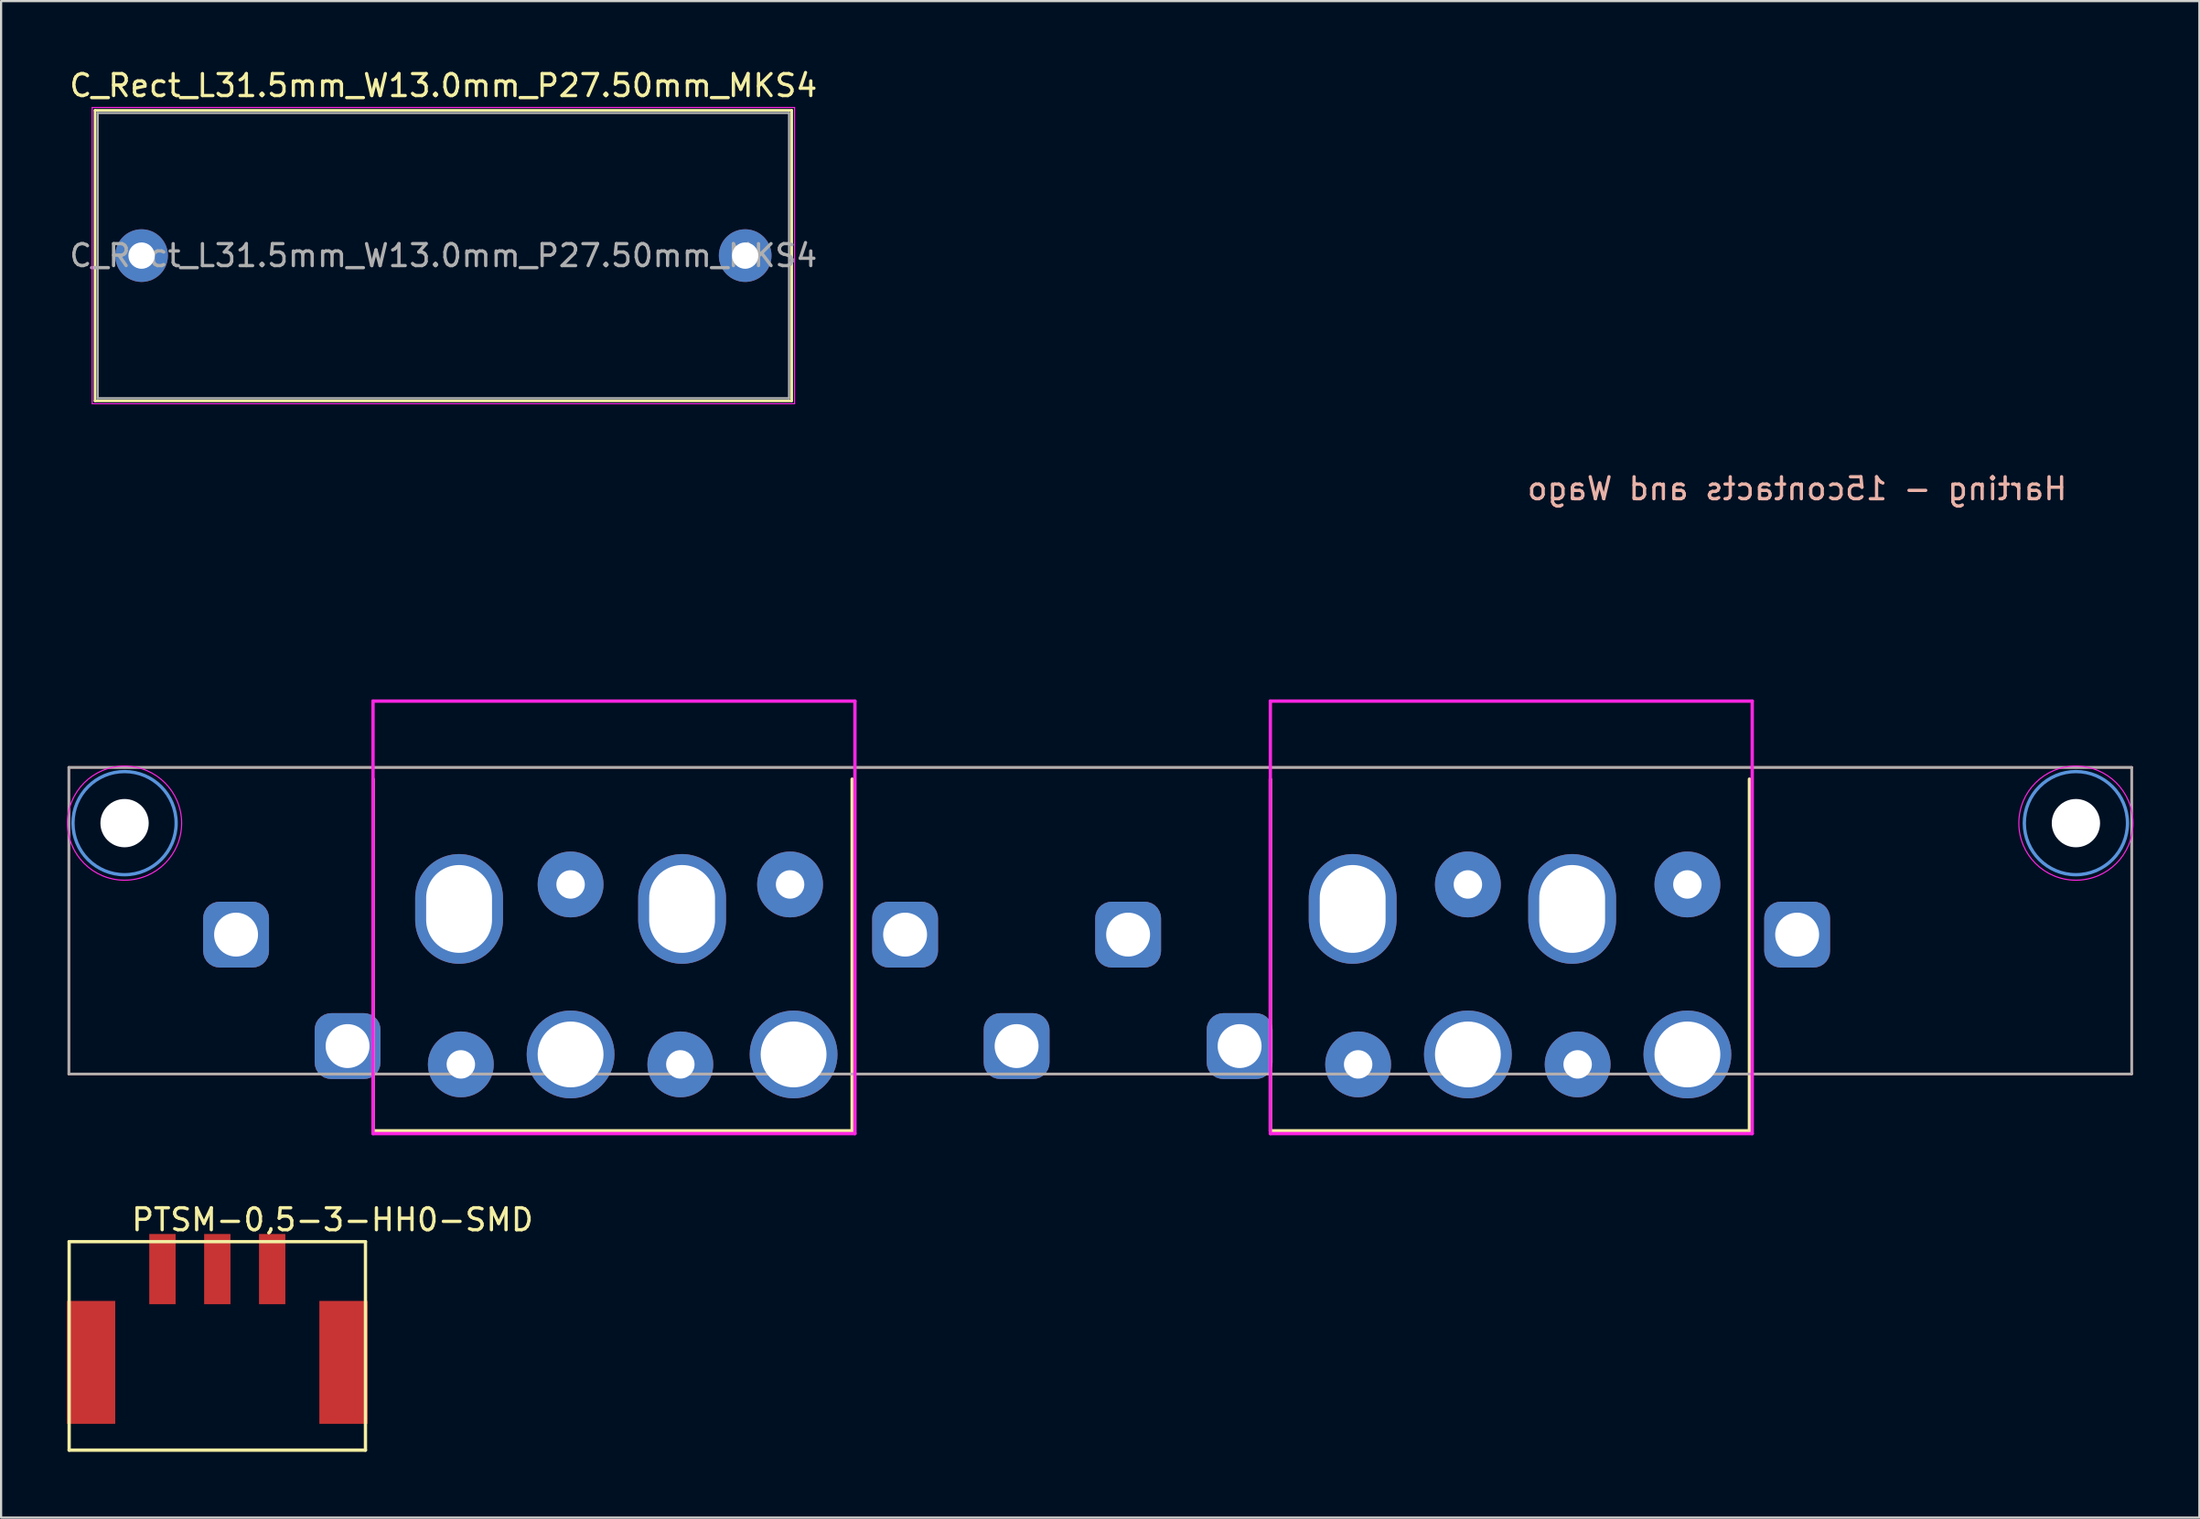
<source format=kicad_pcb>
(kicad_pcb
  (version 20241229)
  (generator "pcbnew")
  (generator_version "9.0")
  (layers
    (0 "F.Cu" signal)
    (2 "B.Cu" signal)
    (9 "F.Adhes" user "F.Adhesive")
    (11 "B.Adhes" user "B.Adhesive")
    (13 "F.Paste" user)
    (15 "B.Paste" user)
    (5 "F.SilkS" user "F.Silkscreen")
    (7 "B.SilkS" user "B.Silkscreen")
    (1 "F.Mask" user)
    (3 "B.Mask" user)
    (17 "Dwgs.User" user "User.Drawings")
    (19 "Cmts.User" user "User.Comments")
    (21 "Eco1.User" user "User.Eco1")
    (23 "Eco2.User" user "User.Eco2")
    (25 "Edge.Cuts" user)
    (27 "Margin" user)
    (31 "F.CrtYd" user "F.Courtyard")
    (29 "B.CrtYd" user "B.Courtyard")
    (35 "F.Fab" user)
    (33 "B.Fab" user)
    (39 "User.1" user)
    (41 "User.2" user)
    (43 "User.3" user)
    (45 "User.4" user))
  (footprint "Harting - 15contacts and Wago"
    (layer "F.Cu")
    (at 78.825 39.541)
    (property "Reference" "Harting - 15contacts and Wago" (at 0 -20.32 0) (unlocked yes) (layer "B.SilkS") (effects (font (size 1 1) (thickness 0.15)) (justify mirror)))
    (attr through_hole)
    (fp_line (start -64.88 -7.086) (end -64.88 8.941) (stroke (width 0.152) (type solid)) (layer "F.SilkS"))
    (fp_line (start -64.88 8.941) (end -43.053 8.941) (stroke (width 0.152) (type solid)) (layer "F.SilkS"))
    (fp_line (start -43.053 8.941) (end -43.053 -7.086) (stroke (width 0.152) (type solid)) (layer "F.SilkS"))
    (fp_line (start -24 -7.086) (end -24 8.941) (stroke (width 0.152) (type solid)) (layer "F.SilkS"))
    (fp_line (start -24 8.941) (end -2.173 8.941) (stroke (width 0.152) (type solid)) (layer "F.SilkS"))
    (fp_line (start -2.173 8.941) (end -2.173 -7.086) (stroke (width 0.152) (type solid)) (layer "F.SilkS"))
    (fp_line (start -78.74 -7.62) (end 15.24 -7.62) (stroke (width 0.12) (type default)) (layer "B.SilkS"))
    (fp_line (start -78.74 6.35) (end -78.74 -7.62) (stroke (width 0.12) (type default)) (layer "B.SilkS"))
    (fp_line (start 15.24 -7.62) (end 15.24 6.35) (stroke (width 0.12) (type default)) (layer "B.SilkS"))
    (fp_line (start 15.24 6.35) (end -78.74 6.35) (stroke (width 0.12) (type default)) (layer "B.SilkS"))
    (fp_circle (center -76.2 -5.08) (end -73.85 -5.08) (stroke (width 0.15) (type solid)) (fill no) (layer "Cmts.User"))
    (fp_circle (center 12.7 -5.08) (end 15.05 -5.08) (stroke (width 0.15) (type solid)) (fill no) (layer "Cmts.User"))
    (fp_line (start -64.88 -10.642) (end -64.88 9.068) (stroke (width 0.152) (type solid)) (layer "F.CrtYd"))
    (fp_line (start -64.88 9.068) (end -42.926 9.068) (stroke (width 0.152) (type solid)) (layer "F.CrtYd"))
    (fp_line (start -42.926 -10.642) (end -64.88 -10.642) (stroke (width 0.152) (type solid)) (layer "F.CrtYd"))
    (fp_line (start -42.926 9.068) (end -42.926 -10.642) (stroke (width 0.152) (type solid)) (layer "F.CrtYd"))
    (fp_line (start -24 -10.642) (end -24 9.068) (stroke (width 0.152) (type solid)) (layer "F.CrtYd"))
    (fp_line (start -24 9.068) (end -2.046 9.068) (stroke (width 0.152) (type solid)) (layer "F.CrtYd"))
    (fp_line (start -2.046 -10.642) (end -24 -10.642) (stroke (width 0.152) (type solid)) (layer "F.CrtYd"))
    (fp_line (start -2.046 9.068) (end -2.046 -10.642) (stroke (width 0.152) (type solid)) (layer "F.CrtYd"))
    (fp_circle (center -76.2 -5.08) (end -73.6 -5.08) (stroke (width 0.05) (type solid)) (fill no) (layer "F.CrtYd"))
    (fp_circle (center 12.7 -5.08) (end 15.3 -5.08) (stroke (width 0.05) (type solid)) (fill no) (layer "F.CrtYd"))
    (fp_rect (start -78.74 -7.62) (end 15.24 6.35) (stroke (width 0.1) (type default)) (fill no) (layer "F.Fab"))
    (pad "" np_thru_hole circle (at -76.2 -5.08) (size 2.2 2.2) (drill 2.8) (layers "*.Cu" "*.Mask"))
    (pad "" np_thru_hole circle (at 12.7 -5.08) (size 2.2 2.2) (drill 2.8) (layers "*.Cu" "*.Mask"))
    (pad "1" thru_hole roundrect (at 0 0) (size 3 3) (drill 2) (layers "*.Cu" "*.Mask") (roundrect_rratio 0.25))
    (pad "2" thru_hole circle (at -5 -2.286 180) (size 3 3) (drill 1.295) (layers "*.Cu" "*.Mask"))
    (pad "2" thru_hole oval (at -5 5.461) (size 4 4) (drill oval 3) (layers "*.Cu" "*.Mask"))
    (pad "3" thru_hole oval (at -10.25 -1.17) (size 4 5) (drill oval 3 4) (layers "*.Cu" "*.Mask"))
    (pad "3" thru_hole circle (at -10 5.914 180) (size 3 3) (drill 1.295) (layers "*.Cu" "*.Mask"))
    (pad "4" thru_hole circle (at -15 -2.286 180) (size 3 3) (drill 1.295) (layers "*.Cu" "*.Mask"))
    (pad "4" thru_hole oval (at -15 5.461) (size 4 4) (drill oval 3) (layers "*.Cu" "*.Mask"))
    (pad "5" thru_hole oval (at -20.25 -1.17) (size 4 5) (drill oval 3 4) (layers "*.Cu" "*.Mask"))
    (pad "5" thru_hole circle (at -20 5.914 180) (size 3 3) (drill 1.295) (layers "*.Cu" "*.Mask"))
    (pad "6" thru_hole roundrect (at -25.4 5.08) (size 3 3) (drill 2) (layers "*.Cu" "*.Mask") (roundrect_rratio 0.25))
    (pad "7" thru_hole roundrect (at -30.48 0) (size 3 3) (drill 2) (layers "*.Cu" "*.Mask") (roundrect_rratio 0.25))
    (pad "8" thru_hole roundrect (at -35.56 5.08) (size 3 3) (drill 2) (layers "*.Cu" "*.Mask") (roundrect_rratio 0.25))
    (pad "9" thru_hole roundrect (at -40.64 0) (size 3 3) (drill 2) (layers "*.Cu" "*.Mask") (roundrect_rratio 0.25))
    (pad "10" thru_hole circle (at -45.88 -2.286 180) (size 3 3) (drill 1.295) (layers "*.Cu" "*.Mask"))
    (pad "10" thru_hole oval (at -45.72 5.461) (size 4 4) (drill oval 3) (layers "*.Cu" "*.Mask"))
    (pad "11" thru_hole circle (at -50.88 5.914 180) (size 3 3) (drill 1.295) (layers "*.Cu" "*.Mask"))
    (pad "11" thru_hole oval (at -50.8 -1.17) (size 4 5) (drill oval 3 4) (layers "*.Cu" "*.Mask"))
    (pad "12" thru_hole circle (at -55.88 -2.286 180) (size 3 3) (drill 1.295) (layers "*.Cu" "*.Mask"))
    (pad "12" thru_hole oval (at -55.88 5.461) (size 4 4) (drill oval 3) (layers "*.Cu" "*.Mask"))
    (pad "13" thru_hole oval (at -60.96 -1.17) (size 4 5) (drill oval 3 4) (layers "*.Cu" "*.Mask"))
    (pad "13" thru_hole circle (at -60.88 5.914 180) (size 3 3) (drill 1.295) (layers "*.Cu" "*.Mask"))
    (pad "14" thru_hole roundrect (at -66.04 5.08 90) (size 3 3) (drill 2) (layers "*.Cu" "*.Mask") (roundrect_rratio 0.25))
    (pad "15" thru_hole roundrect (at -71.12 0) (size 3 3) (drill 2) (layers "*.Cu" "*.Mask") (roundrect_rratio 0.25)))
  (footprint "C_Rect_L31.5mm_W13.0mm_P27.50mm_MKS4"
    (layer "F.Cu")
    (at 3.399 8.598)
    (property "Reference" "C_Rect_L31.5mm_W13.0mm_P27.50mm_MKS4" (at 13.75 -7.75 0) (layer "F.SilkS") (effects (font (size 1 1) (thickness 0.15))))
    (attr through_hole)
    (fp_line (start -2.12 -6.62) (end -2.12 6.62) (stroke (width 0.12) (type solid)) (layer "F.SilkS"))
    (fp_line (start -2.12 -6.62) (end 29.62 -6.62) (stroke (width 0.12) (type solid)) (layer "F.SilkS"))
    (fp_line (start -2.12 6.62) (end 29.62 6.62) (stroke (width 0.12) (type solid)) (layer "F.SilkS"))
    (fp_line (start 29.62 -6.62) (end 29.62 6.62) (stroke (width 0.12) (type solid)) (layer "F.SilkS"))
    (fp_line (start -2.25 -6.75) (end -2.25 6.75) (stroke (width 0.05) (type solid)) (layer "F.CrtYd"))
    (fp_line (start -2.25 6.75) (end 29.75 6.75) (stroke (width 0.05) (type solid)) (layer "F.CrtYd"))
    (fp_line (start 29.75 -6.75) (end -2.25 -6.75) (stroke (width 0.05) (type solid)) (layer "F.CrtYd"))
    (fp_line (start 29.75 6.75) (end 29.75 -6.75) (stroke (width 0.05) (type solid)) (layer "F.CrtYd"))
    (fp_line (start -2 -6.5) (end -2 6.5) (stroke (width 0.1) (type solid)) (layer "F.Fab"))
    (fp_line (start -2 6.5) (end 29.5 6.5) (stroke (width 0.1) (type solid)) (layer "F.Fab"))
    (fp_line (start 29.5 -6.5) (end -2 -6.5) (stroke (width 0.1) (type solid)) (layer "F.Fab"))
    (fp_line (start 29.5 6.5) (end 29.5 -6.5) (stroke (width 0.1) (type solid)) (layer "F.Fab"))
    (fp_text user "${REFERENCE}" (at 13.75 0 0) (layer "F.Fab") (effects (font (size 1 1) (thickness 0.15))))
    (pad "1" thru_hole circle (at 0 0) (size 2.4 2.4) (drill 1.2) (layers "*.Cu" "*.Mask"))
    (pad "2" thru_hole circle (at 27.5 0) (size 2.4 2.4) (drill 1.2) (layers "*.Cu" "*.Mask")))
  (footprint "PTSM-0,5-3-HH0-SMD"
    (layer "F.Cu")
    (at 8.1 59.034)
    (property "Reference" "PTSM-0,5-3-HH0-SMD" (at 4 -6.5 0) (layer "F.SilkS") (effects (font (size 1 1) (thickness 0.15))))
    (attr through_hole)
    (fp_line (start -8 -5.5) (end 5.5 -5.5) (stroke (width 0.15) (type solid)) (layer "F.SilkS"))
    (fp_line (start -8 4) (end -8 -5.5) (stroke (width 0.15) (type solid)) (layer "F.SilkS"))
    (fp_line (start 5.5 -5.5) (end 5.5 4) (stroke (width 0.15) (type solid)) (layer "F.SilkS"))
    (fp_line (start 5.5 4) (end -8 4) (stroke (width 0.15) (type solid)) (layer "F.SilkS"))
    (pad "0" smd rect (at -7 0) (size 2.2 5.6) (layers "F.Cu" "F.Mask" "F.Paste"))
    (pad "0" smd rect (at 4.5 0) (size 2.2 5.6) (layers "F.Cu" "F.Mask" "F.Paste"))
    (pad "1" smd rect (at -3.75 -4.25) (size 1.2 3.2) (layers "F.Cu" "F.Mask" "F.Paste"))
    (pad "2" smd rect (at -1.25 -4.25) (size 1.2 3.2) (layers "F.Cu" "F.Mask" "F.Paste"))
    (pad "3" smd rect (at 1.25 -4.25) (size 1.2 3.2) (layers "F.Cu" "F.Mask" "F.Paste")))
  (gr_rect
    (start -3 -3)
    (end 97.15 66.109)
    (stroke (width 0.1) (type default))
    (fill no)
    (layer "Edge.Cuts")))
</source>
